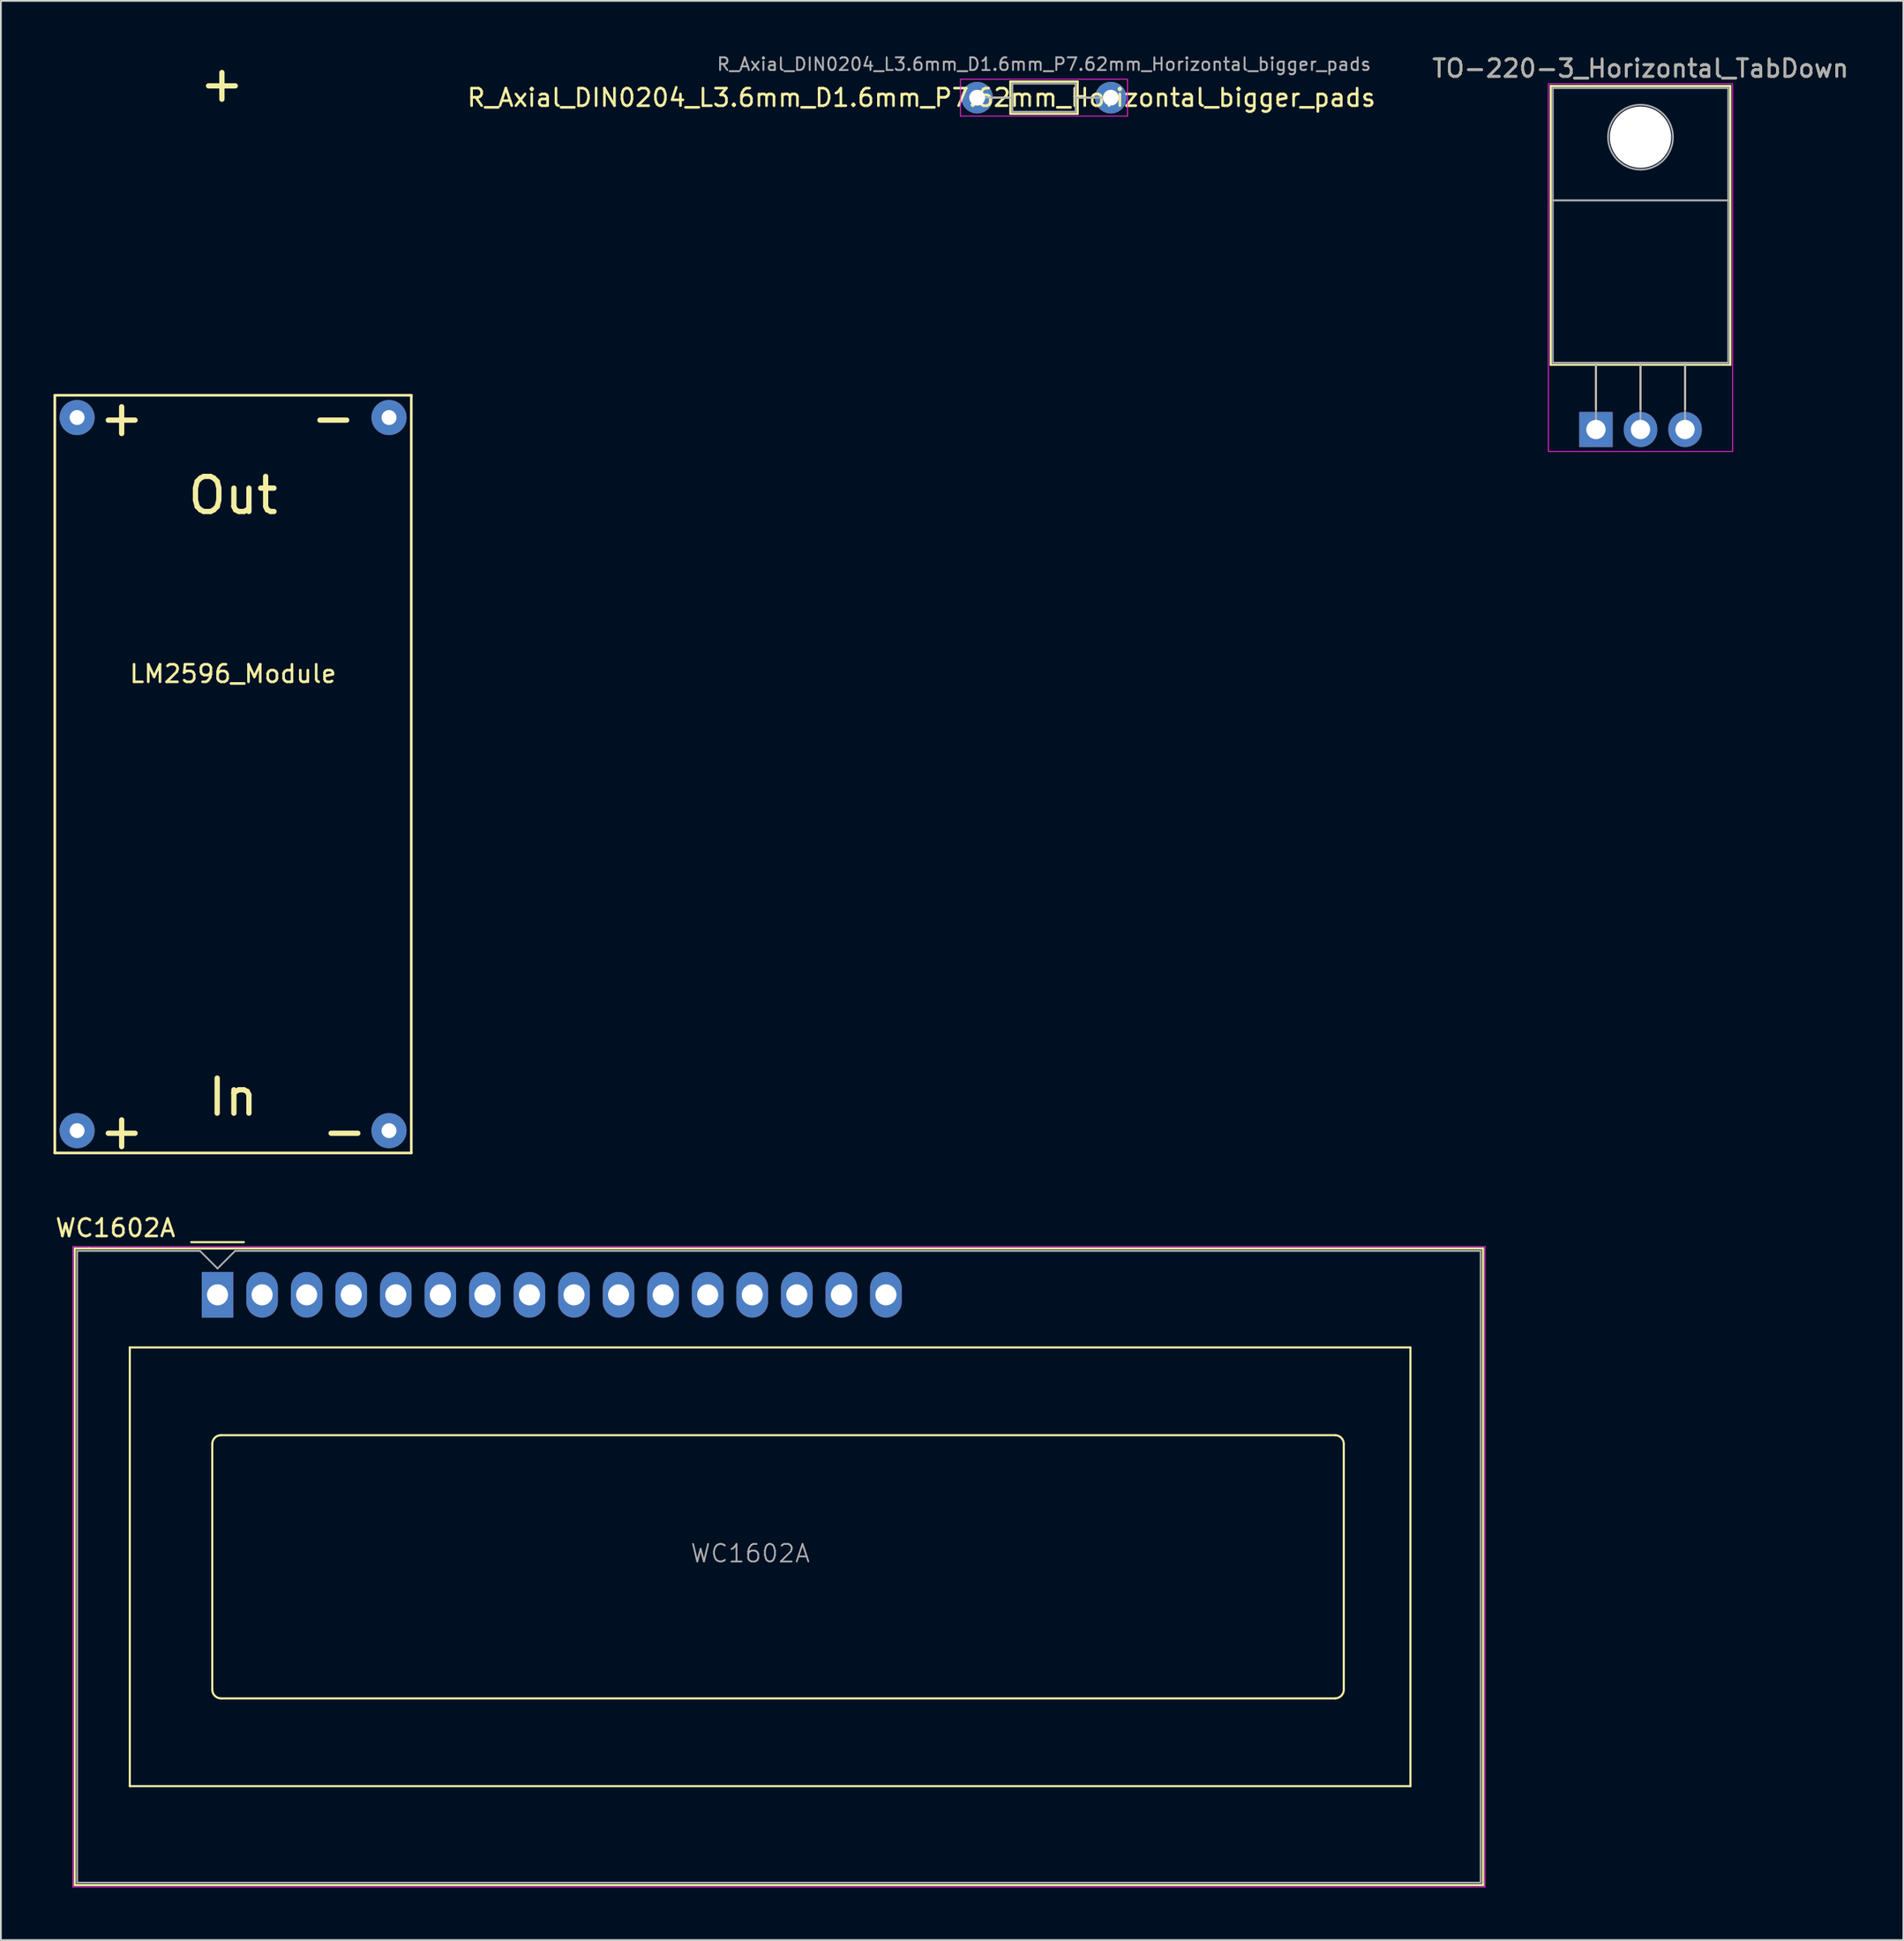
<source format=kicad_pcb>
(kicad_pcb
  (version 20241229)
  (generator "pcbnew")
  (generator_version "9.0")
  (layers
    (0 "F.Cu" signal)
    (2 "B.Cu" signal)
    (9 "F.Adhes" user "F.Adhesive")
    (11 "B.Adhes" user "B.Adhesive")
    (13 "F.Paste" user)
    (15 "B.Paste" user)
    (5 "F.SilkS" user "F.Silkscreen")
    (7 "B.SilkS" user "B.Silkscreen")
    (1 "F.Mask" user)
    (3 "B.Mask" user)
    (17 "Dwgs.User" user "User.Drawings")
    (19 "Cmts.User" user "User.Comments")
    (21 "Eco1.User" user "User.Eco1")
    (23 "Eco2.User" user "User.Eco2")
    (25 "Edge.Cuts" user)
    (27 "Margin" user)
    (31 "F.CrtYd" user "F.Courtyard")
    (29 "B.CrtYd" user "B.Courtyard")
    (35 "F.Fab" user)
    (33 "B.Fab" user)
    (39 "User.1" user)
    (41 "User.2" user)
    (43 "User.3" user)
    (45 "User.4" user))
  (footprint "WC1602A"
    (layer "F.Cu")
    (at 9.35 70.741)
    (property "Reference" "WC1602A" (at -5.82 -3.81 0) (layer "F.SilkS") (effects (font (size 1 1) (thickness 0.15))))
    (attr through_hole)
    (fp_line (start -8.14 -2.64) (end -8.14 33.64) (stroke (width 0.12) (type solid)) (layer "F.SilkS"))
    (fp_line (start -8.14 33.64) (end 72.14 33.64) (stroke (width 0.12) (type solid)) (layer "F.SilkS"))
    (fp_line (start -8.13 -2.64) (end -7.34 -2.64) (stroke (width 0.12) (type solid)) (layer "F.SilkS"))
    (fp_line (start -5 3) (end 68 3) (stroke (width 0.12) (type solid)) (layer "F.SilkS"))
    (fp_line (start -5 28) (end -5 3) (stroke (width 0.12) (type solid)) (layer "F.SilkS"))
    (fp_line (start -1.5 -3) (end 1.5 -3) (stroke (width 0.12) (type solid)) (layer "F.SilkS"))
    (fp_line (start -0.3 22.499) (end -0.3 8.5) (stroke (width 0.12) (type solid)) (layer "F.SilkS"))
    (fp_line (start 0.2 8) (end 63.7 8) (stroke (width 0.12) (type solid)) (layer "F.SilkS"))
    (fp_line (start 63.701 23) (end 0.2 23) (stroke (width 0.12) (type solid)) (layer "F.SilkS"))
    (fp_line (start 64.2 8.5) (end 64.2 22.5) (stroke (width 0.12) (type solid)) (layer "F.SilkS"))
    (fp_line (start 68 3) (end 68 28) (stroke (width 0.12) (type solid)) (layer "F.SilkS"))
    (fp_line (start 68 28) (end -5 28) (stroke (width 0.12) (type solid)) (layer "F.SilkS"))
    (fp_line (start 72.14 -2.64) (end -7.34 -2.64) (stroke (width 0.12) (type solid)) (layer "F.SilkS"))
    (fp_line (start 72.14 33.64) (end 72.14 -2.64) (stroke (width 0.12) (type solid)) (layer "F.SilkS"))
    (fp_arc (start -0.29972 8.49884) (mid -0.153162 8.145018) (end 0.20066 7.99846) (stroke (width 0.12) (type solid)) (layer "F.SilkS"))
    (fp_arc (start 0.20066 22.9997) (mid -0.153162 22.853142) (end -0.29972 22.49932) (stroke (width 0.12) (type solid)) (layer "F.SilkS"))
    (fp_arc (start 63.7 8) (mid 64.053553 8.146447) (end 64.2 8.5) (stroke (width 0.12) (type solid)) (layer "F.SilkS"))
    (fp_arc (start 64.20104 22.49932) (mid 64.054482 22.853142) (end 63.70066 22.9997) (stroke (width 0.12) (type solid)) (layer "F.SilkS"))
    (fp_line (start -8.25 -2.75) (end -8.25 33.75) (stroke (width 0.05) (type solid)) (layer "F.CrtYd"))
    (fp_line (start -8.25 -2.75) (end 72.25 -2.75) (stroke (width 0.05) (type solid)) (layer "F.CrtYd"))
    (fp_line (start -8.25 33.75) (end 72.25 33.75) (stroke (width 0.05) (type solid)) (layer "F.CrtYd"))
    (fp_line (start 72.25 -2.75) (end 72.25 33.75) (stroke (width 0.05) (type solid)) (layer "F.CrtYd"))
    (fp_line (start -8 33.5) (end -8 -2.5) (stroke (width 0.1) (type solid)) (layer "F.Fab"))
    (fp_line (start -1 -2.5) (end -8 -2.5) (stroke (width 0.1) (type solid)) (layer "F.Fab"))
    (fp_line (start 0 -1.5) (end -1 -2.5) (stroke (width 0.1) (type solid)) (layer "F.Fab"))
    (fp_line (start 1 -2.5) (end 0 -1.5) (stroke (width 0.1) (type solid)) (layer "F.Fab"))
    (fp_line (start 1 -2.5) (end 72 -2.5) (stroke (width 0.1) (type solid)) (layer "F.Fab"))
    (fp_line (start 72 -2.5) (end 72 33.5) (stroke (width 0.1) (type solid)) (layer "F.Fab"))
    (fp_line (start 72 33.5) (end -8 33.5) (stroke (width 0.1) (type solid)) (layer "F.Fab"))
    (fp_text user "${REFERENCE}" (at 30.37 14.74 0) (layer "F.Fab") (effects (font (size 1 1) (thickness 0.1))))
    (pad "1" thru_hole rect (at 0 0) (size 1.8 2.6) (drill 1.2) (layers "*.Cu" "*.Mask"))
    (pad "2" thru_hole oval (at 2.54 0) (size 1.8 2.6) (drill 1.2) (layers "*.Cu" "*.Mask"))
    (pad "3" thru_hole oval (at 5.08 0) (size 1.8 2.6) (drill 1.2) (layers "*.Cu" "*.Mask"))
    (pad "4" thru_hole oval (at 7.62 0) (size 1.8 2.6) (drill 1.2) (layers "*.Cu" "*.Mask"))
    (pad "5" thru_hole oval (at 10.16 0) (size 1.8 2.6) (drill 1.2) (layers "*.Cu" "*.Mask"))
    (pad "6" thru_hole oval (at 12.7 0) (size 1.8 2.6) (drill 1.2) (layers "*.Cu" "*.Mask"))
    (pad "7" thru_hole oval (at 15.24 0) (size 1.8 2.6) (drill 1.2) (layers "*.Cu" "*.Mask"))
    (pad "8" thru_hole oval (at 17.78 0) (size 1.8 2.6) (drill 1.2) (layers "*.Cu" "*.Mask"))
    (pad "9" thru_hole oval (at 20.32 0) (size 1.8 2.6) (drill 1.2) (layers "*.Cu" "*.Mask"))
    (pad "10" thru_hole oval (at 22.86 0) (size 1.8 2.6) (drill 1.2) (layers "*.Cu" "*.Mask"))
    (pad "11" thru_hole oval (at 25.4 0) (size 1.8 2.6) (drill 1.2) (layers "*.Cu" "*.Mask"))
    (pad "12" thru_hole oval (at 27.94 0) (size 1.8 2.6) (drill 1.2) (layers "*.Cu" "*.Mask"))
    (pad "13" thru_hole oval (at 30.48 0) (size 1.8 2.6) (drill 1.2) (layers "*.Cu" "*.Mask"))
    (pad "14" thru_hole oval (at 33.02 0) (size 1.8 2.6) (drill 1.2) (layers "*.Cu" "*.Mask"))
    (pad "15" thru_hole oval (at 35.56 0) (size 1.8 2.6) (drill 1.2) (layers "*.Cu" "*.Mask"))
    (pad "16" thru_hole oval (at 38.1 0) (size 1.8 2.6) (drill 1.2) (layers "*.Cu" "*.Mask")))
  (footprint "TO-220-3_Horizontal_TabDown"
    (layer "F.Cu")
    (at 87.924 21.428)
    (property "Reference" "TO-220-3_Horizontal_TabDown" (at 2.54 -20.58 0) (layer "F.SilkS") (effects (font (size 1 1) (thickness 0.15))))
    (attr through_hole)
    (fp_line (start -2.58 -19.58) (end -2.58 -3.69) (stroke (width 0.12) (type solid)) (layer "F.SilkS"))
    (fp_line (start -2.58 -19.58) (end 7.66 -19.58) (stroke (width 0.12) (type solid)) (layer "F.SilkS"))
    (fp_line (start -2.58 -3.69) (end 7.66 -3.69) (stroke (width 0.12) (type solid)) (layer "F.SilkS"))
    (fp_line (start 0 -3.69) (end 0 -1.15) (stroke (width 0.12) (type solid)) (layer "F.SilkS"))
    (fp_line (start 2.54 -3.69) (end 2.54 -1.15) (stroke (width 0.12) (type solid)) (layer "F.SilkS"))
    (fp_line (start 5.08 -3.69) (end 5.08 -1.15) (stroke (width 0.12) (type solid)) (layer "F.SilkS"))
    (fp_line (start 7.66 -19.58) (end 7.66 -3.69) (stroke (width 0.12) (type solid)) (layer "F.SilkS"))
    (fp_line (start -2.71 -19.71) (end -2.71 1.25) (stroke (width 0.05) (type solid)) (layer "F.CrtYd"))
    (fp_line (start -2.71 1.25) (end 7.79 1.25) (stroke (width 0.05) (type solid)) (layer "F.CrtYd"))
    (fp_line (start 7.79 -19.71) (end -2.71 -19.71) (stroke (width 0.05) (type solid)) (layer "F.CrtYd"))
    (fp_line (start 7.79 1.25) (end 7.79 -19.71) (stroke (width 0.05) (type solid)) (layer "F.CrtYd"))
    (fp_line (start -2.46 -19.46) (end 7.54 -19.46) (stroke (width 0.1) (type solid)) (layer "F.Fab"))
    (fp_line (start -2.46 -13.06) (end -2.46 -19.46) (stroke (width 0.1) (type solid)) (layer "F.Fab"))
    (fp_line (start -2.46 -13.06) (end 7.54 -13.06) (stroke (width 0.1) (type solid)) (layer "F.Fab"))
    (fp_line (start -2.46 -3.81) (end -2.46 -13.06) (stroke (width 0.1) (type solid)) (layer "F.Fab"))
    (fp_line (start 0 -3.81) (end 0 0) (stroke (width 0.1) (type solid)) (layer "F.Fab"))
    (fp_line (start 2.54 -3.81) (end 2.54 0) (stroke (width 0.1) (type solid)) (layer "F.Fab"))
    (fp_line (start 5.08 -3.81) (end 5.08 0) (stroke (width 0.1) (type solid)) (layer "F.Fab"))
    (fp_line (start 7.54 -19.46) (end 7.54 -13.06) (stroke (width 0.1) (type solid)) (layer "F.Fab"))
    (fp_line (start 7.54 -13.06) (end -2.46 -13.06) (stroke (width 0.1) (type solid)) (layer "F.Fab"))
    (fp_line (start 7.54 -13.06) (end 7.54 -3.81) (stroke (width 0.1) (type solid)) (layer "F.Fab"))
    (fp_line (start 7.54 -3.81) (end -2.46 -3.81) (stroke (width 0.1) (type solid)) (layer "F.Fab"))
    (fp_circle (center 2.54 -16.66) (end 4.39 -16.66) (stroke (width 0.1) (type solid)) (fill no) (layer "F.Fab"))
    (fp_text user "${REFERENCE}" (at 2.54 -20.58 0) (layer "F.Fab") (effects (font (size 1 1) (thickness 0.15))))
    (pad "" np_thru_hole oval (at 2.54 -16.66) (size 3.5 3.5) (drill 3.5) (layers "*.Cu" "*.Mask"))
    (pad "1" thru_hole rect (at 0 0) (size 1.905 2) (drill 1.1) (layers "*.Cu" "*.Mask"))
    (pad "2" thru_hole oval (at 5.08 0) (size 1.905 2) (drill 1.1) (layers "*.Cu" "*.Mask"))
    (pad "3" thru_hole oval (at 2.54 0) (size 1.905 2) (drill 1.1) (layers "*.Cu" "*.Mask")))
  (footprint "R_Axial_DIN0204_L3.6mm_D1.6mm_P7.62mm_Horizontal_bigger_pads"
    (layer "F.Cu")
    (at 52.651 2.516)
    (property "Reference" "R_Axial_DIN0204_L3.6mm_D1.6mm_P7.62mm_Horizontal_bigger_pads" (at -3.175 0 0) (layer "F.SilkS") (effects (font (size 1 1) (thickness 0.15))))
    (attr through_hole)
    (fp_line (start 0.94 0) (end 1.89 0) (stroke (width 0.12) (type solid)) (layer "F.SilkS"))
    (fp_line (start 1.89 -0.92) (end 1.89 0.92) (stroke (width 0.12) (type solid)) (layer "F.SilkS"))
    (fp_line (start 1.89 0.92) (end 5.73 0.92) (stroke (width 0.12) (type solid)) (layer "F.SilkS"))
    (fp_line (start 5.73 -0.92) (end 1.89 -0.92) (stroke (width 0.12) (type solid)) (layer "F.SilkS"))
    (fp_line (start 5.73 0.92) (end 5.73 -0.92) (stroke (width 0.12) (type solid)) (layer "F.SilkS"))
    (fp_line (start 6.68 0) (end 5.73 0) (stroke (width 0.12) (type solid)) (layer "F.SilkS"))
    (fp_line (start -0.95 -1.05) (end -0.95 1.05) (stroke (width 0.05) (type solid)) (layer "F.CrtYd"))
    (fp_line (start -0.95 1.05) (end 8.57 1.05) (stroke (width 0.05) (type solid)) (layer "F.CrtYd"))
    (fp_line (start 8.57 -1.05) (end -0.95 -1.05) (stroke (width 0.05) (type solid)) (layer "F.CrtYd"))
    (fp_line (start 8.57 1.05) (end 8.57 -1.05) (stroke (width 0.05) (type solid)) (layer "F.CrtYd"))
    (fp_line (start 0 0) (end 2.01 0) (stroke (width 0.1) (type solid)) (layer "F.Fab"))
    (fp_line (start 2.01 -0.8) (end 2.01 0.8) (stroke (width 0.1) (type solid)) (layer "F.Fab"))
    (fp_line (start 2.01 0.8) (end 5.61 0.8) (stroke (width 0.1) (type solid)) (layer "F.Fab"))
    (fp_line (start 5.61 -0.8) (end 2.01 -0.8) (stroke (width 0.1) (type solid)) (layer "F.Fab"))
    (fp_line (start 5.61 0.8) (end 5.61 -0.8) (stroke (width 0.1) (type solid)) (layer "F.Fab"))
    (fp_line (start 7.62 0) (end 5.61 0) (stroke (width 0.1) (type solid)) (layer "F.Fab"))
    (fp_text user "${REFERENCE}" (at 3.81 -1.905 0) (layer "F.Fab") (effects (font (size 0.72 0.72) (thickness 0.108))))
    (pad "1" thru_hole circle (at 0 0) (size 1.8 1.8) (drill 0.9) (layers "*.Cu" "*.Mask"))
    (pad "2" thru_hole oval (at 7.62 0) (size 1.8 1.8) (drill 0.9) (layers "*.Cu" "*.Mask")))
  (footprint "LM2596_Module"
    (layer "F.Cu")
    (at 8.965 18.206)
    (property "Reference" "LM2596_Module" (at 1.27 17.145 0) (layer "F.SilkS") (effects (font (size 1 1) (thickness 0.15))))
    (attr through_hole)
    (fp_line (start -8.89 1.27) (end 11.43 1.27) (stroke (width 0.15) (type solid)) (layer "F.SilkS"))
    (fp_line (start -8.89 44.45) (end -8.89 1.27) (stroke (width 0.15) (type solid)) (layer "F.SilkS"))
    (fp_line (start 11.43 1.27) (end 11.43 44.45) (stroke (width 0.15) (type solid)) (layer "F.SilkS"))
    (fp_line (start 11.43 44.45) (end -8.89 44.45) (stroke (width 0.15) (type solid)) (layer "F.SilkS"))
    (fp_text user "+" (at -5.08 2.54 0) (layer "F.SilkS") (effects (font (size 2 2) (thickness 0.3))))
    (fp_text user "-" (at 7.62 43.18 0) (layer "F.SilkS") (effects (font (size 2 2) (thickness 0.3))))
    (fp_text user "+" (at 0.635 -16.51 0) (layer "F.SilkS") (effects (font (size 2 2) (thickness 0.3))))
    (fp_text user "-" (at 6.985 2.54 0) (layer "F.SilkS") (effects (font (size 2 2) (thickness 0.3))))
    (fp_text user "Out" (at 1.27 6.985 0) (layer "F.SilkS") (effects (font (size 2 2) (thickness 0.3))))
    (fp_text user "In" (at 1.27 41.275 0) (layer "F.SilkS") (effects (font (size 2 2) (thickness 0.3))))
    (fp_text user "+" (at -5.08 43.18 0) (layer "F.SilkS") (effects (font (size 2 2) (thickness 0.3))))
    (pad "1" thru_hole circle (at -7.62 2.54) (size 2 2) (drill 0.85) (layers "*.Cu" "*.Mask"))
    (pad "2" thru_hole circle (at 10.16 2.54) (size 2 2) (drill 0.85) (layers "*.Cu" "*.Mask"))
    (pad "3" thru_hole circle (at -7.62 43.18) (size 2 2) (drill 0.85) (layers "*.Cu" "*.Mask"))
    (pad "4" thru_hole circle (at 10.16 43.18) (size 2 2) (drill 0.85) (layers "*.Cu" "*.Mask")))
  (gr_rect
    (start -3 -3)
    (end 105.446 107.516)
    (stroke (width 0.1) (type default))
    (fill no)
    (layer "Edge.Cuts")))
</source>
